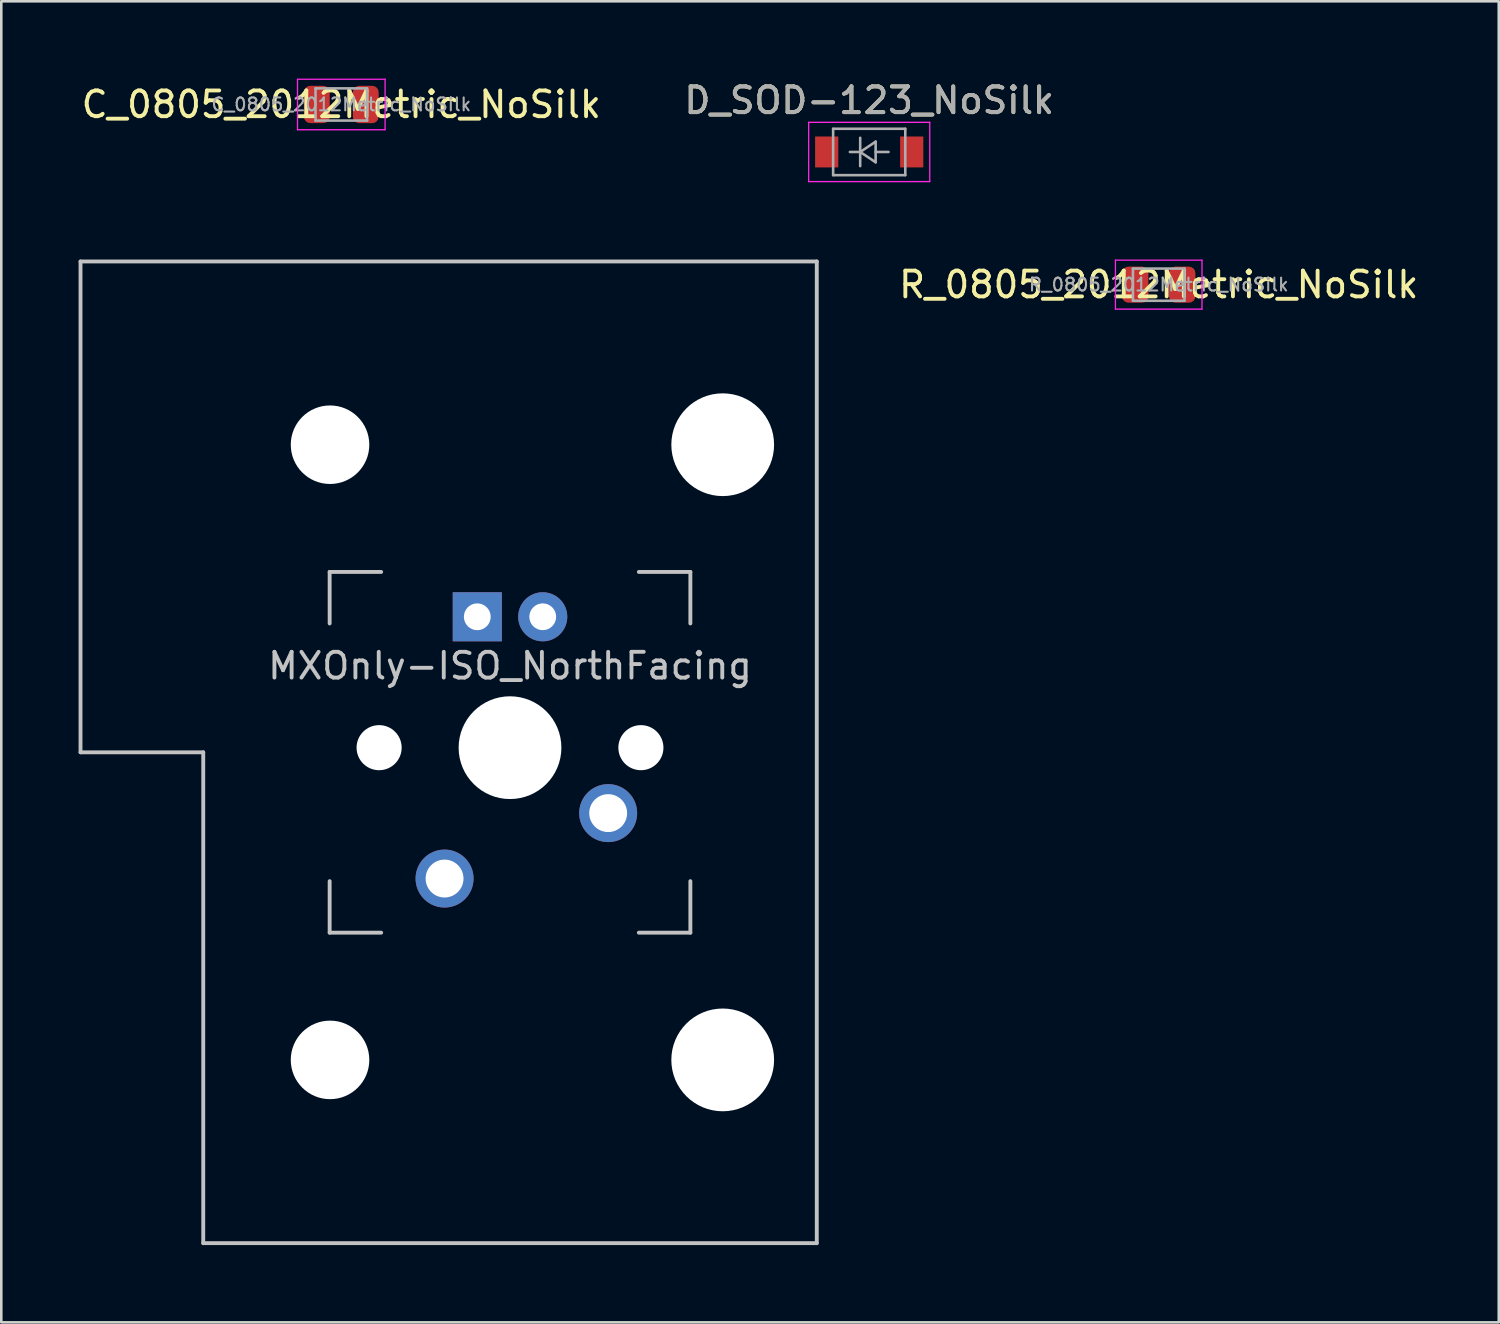
<source format=kicad_pcb>
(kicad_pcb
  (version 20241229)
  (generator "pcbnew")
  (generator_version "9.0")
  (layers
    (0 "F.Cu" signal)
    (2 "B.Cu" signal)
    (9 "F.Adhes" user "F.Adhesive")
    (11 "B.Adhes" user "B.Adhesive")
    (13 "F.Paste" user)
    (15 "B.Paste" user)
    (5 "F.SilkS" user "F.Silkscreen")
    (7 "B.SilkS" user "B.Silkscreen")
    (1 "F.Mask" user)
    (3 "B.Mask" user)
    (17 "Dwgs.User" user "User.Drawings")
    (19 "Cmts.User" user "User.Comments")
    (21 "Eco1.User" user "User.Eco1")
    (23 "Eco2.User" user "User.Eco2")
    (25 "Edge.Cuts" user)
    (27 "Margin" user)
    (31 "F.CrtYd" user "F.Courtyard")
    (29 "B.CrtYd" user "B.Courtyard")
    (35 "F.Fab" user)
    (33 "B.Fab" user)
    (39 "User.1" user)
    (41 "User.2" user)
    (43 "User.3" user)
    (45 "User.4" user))
  (footprint "MXOnly-ISO_NorthFacing"
    (layer "F.Cu")
    (at 16.744 26.148)
    (property "Reference" "MXOnly-ISO_NorthFacing" (at 0 -3.355 180) (layer "Dwgs.User") (effects (font (size 1 1) (thickness 0.15))))
    (attr through_hole)
    (fp_line (start -16.669 -19.05) (end -16.669 0) (stroke (width 0.15) (type solid)) (layer "Dwgs.User"))
    (fp_line (start -16.669 -19.05) (end 11.906 -19.05) (stroke (width 0.15) (type solid)) (layer "Dwgs.User"))
    (fp_line (start -11.906 0) (end -16.669 0) (stroke (width 0.15) (type solid)) (layer "Dwgs.User"))
    (fp_line (start -11.906 19.05) (end -11.906 0) (stroke (width 0.15) (type solid)) (layer "Dwgs.User"))
    (fp_line (start -11.906 19.05) (end 11.906 19.05) (stroke (width 0.15) (type solid)) (layer "Dwgs.User"))
    (fp_line (start -7 -7) (end -7 -5) (stroke (width 0.15) (type solid)) (layer "Dwgs.User"))
    (fp_line (start -7 5) (end -7 7) (stroke (width 0.15) (type solid)) (layer "Dwgs.User"))
    (fp_line (start -7 7) (end -5 7) (stroke (width 0.15) (type solid)) (layer "Dwgs.User"))
    (fp_line (start -5 -7) (end -7 -7) (stroke (width 0.15) (type solid)) (layer "Dwgs.User"))
    (fp_line (start 5 -7) (end 7 -7) (stroke (width 0.15) (type solid)) (layer "Dwgs.User"))
    (fp_line (start 5 7) (end 7 7) (stroke (width 0.15) (type solid)) (layer "Dwgs.User"))
    (fp_line (start 7 -7) (end 7 -5) (stroke (width 0.15) (type solid)) (layer "Dwgs.User"))
    (fp_line (start 7 7) (end 7 5) (stroke (width 0.15) (type solid)) (layer "Dwgs.User"))
    (fp_line (start 11.906 -19.05) (end 11.906 19.05) (stroke (width 0.15) (type solid)) (layer "Dwgs.User"))
    (pad "" np_thru_hole circle (at -6.985 -11.938) (size 3.048 3.048) (drill 3.048) (layers "*.Cu" "*.Mask"))
    (pad "" np_thru_hole circle (at -6.985 11.938) (size 3.048 3.048) (drill 3.048) (layers "*.Cu" "*.Mask"))
    (pad "" np_thru_hole circle (at -5.08 -0.18 228.1) (size 1.75 1.75) (drill 1.75) (layers "*.Cu" "*.Mask"))
    (pad "" np_thru_hole circle (at 0 -0.18 180) (size 3.988 3.988) (drill 3.988) (layers "*.Cu" "*.Mask"))
    (pad "" np_thru_hole circle (at 5.08 -0.18 228.1) (size 1.75 1.75) (drill 1.75) (layers "*.Cu" "*.Mask"))
    (pad "" np_thru_hole circle (at 8.255 -11.938) (size 3.988 3.988) (drill 3.988) (layers "*.Cu" "*.Mask"))
    (pad "" np_thru_hole circle (at 8.255 11.938) (size 3.988 3.988) (drill 3.988) (layers "*.Cu" "*.Mask"))
    (pad "1" thru_hole circle (at 3.81 2.36 180) (size 2.25 2.25) (drill 1.47) (layers "*.Cu" "B.Mask"))
    (pad "2" thru_hole circle (at -2.54 4.9 180) (size 2.25 2.25) (drill 1.47) (layers "*.Cu" "B.Mask"))
    (pad "3" thru_hole circle (at 1.27 -5.26 180) (size 1.905 1.905) (drill 1.04) (layers "*.Cu" "B.Mask"))
    (pad "4" thru_hole rect (at -1.27 -5.26 180) (size 1.905 1.905) (drill 1.04) (layers "*.Cu" "B.Mask")))
  (footprint "C_0805_2012Metric_NoSilk"
    (layer "F.Cu")
    (at 10.196 1.005)
    (property "Reference" "C_0805_2012Metric_NoSilk" (at 0 0 0) (layer "F.SilkS") (effects (font (size 1 1) (thickness 0.15))))
    (attr smd)
    (fp_line (start -0.261 -0.735) (end 0.261 -0.735) (stroke (width 0.12) (type solid)) (layer "Eco1.User"))
    (fp_line (start -0.261 0.735) (end 0.261 0.735) (stroke (width 0.12) (type solid)) (layer "Eco1.User"))
    (fp_line (start -1.7 -0.98) (end 1.7 -0.98) (stroke (width 0.05) (type solid)) (layer "F.CrtYd"))
    (fp_line (start -1.7 0.98) (end -1.7 -0.98) (stroke (width 0.05) (type solid)) (layer "F.CrtYd"))
    (fp_line (start 1.7 -0.98) (end 1.7 0.98) (stroke (width 0.05) (type solid)) (layer "F.CrtYd"))
    (fp_line (start 1.7 0.98) (end -1.7 0.98) (stroke (width 0.05) (type solid)) (layer "F.CrtYd"))
    (fp_line (start -1 -0.625) (end 1 -0.625) (stroke (width 0.1) (type solid)) (layer "F.Fab"))
    (fp_line (start -1 0.625) (end -1 -0.625) (stroke (width 0.1) (type solid)) (layer "F.Fab"))
    (fp_line (start 1 -0.625) (end 1 0.625) (stroke (width 0.1) (type solid)) (layer "F.Fab"))
    (fp_line (start 1 0.625) (end -1 0.625) (stroke (width 0.1) (type solid)) (layer "F.Fab"))
    (fp_text user "${REFERENCE}" (at 0 0 0) (layer "F.Fab") (effects (font (size 0.5 0.5) (thickness 0.08))))
    (pad "1" smd roundrect (at -0.95 0) (size 1 1.45) (layers "F.Cu" "F.Mask" "F.Paste") (roundrect_rratio 0.25))
    (pad "2" smd roundrect (at 0.95 0) (size 1 1.45) (layers "F.Cu" "F.Mask" "F.Paste") (roundrect_rratio 0.25)))
  (footprint "R_0805_2012Metric_NoSilk"
    (layer "F.Cu")
    (at 41.921 7.998)
    (property "Reference" "R_0805_2012Metric_NoSilk" (at 0 0 0) (layer "F.SilkS") (effects (font (size 1 1) (thickness 0.15))))
    (attr smd)
    (fp_line (start -0.227 -0.735) (end 0.227 -0.735) (stroke (width 0.12) (type solid)) (layer "Eco1.User"))
    (fp_line (start -0.227 0.735) (end 0.227 0.735) (stroke (width 0.12) (type solid)) (layer "Eco1.User"))
    (fp_line (start -1.68 -0.95) (end 1.68 -0.95) (stroke (width 0.05) (type solid)) (layer "F.CrtYd"))
    (fp_line (start -1.68 0.95) (end -1.68 -0.95) (stroke (width 0.05) (type solid)) (layer "F.CrtYd"))
    (fp_line (start 1.68 -0.95) (end 1.68 0.95) (stroke (width 0.05) (type solid)) (layer "F.CrtYd"))
    (fp_line (start 1.68 0.95) (end -1.68 0.95) (stroke (width 0.05) (type solid)) (layer "F.CrtYd"))
    (fp_line (start -1 -0.625) (end 1 -0.625) (stroke (width 0.1) (type solid)) (layer "F.Fab"))
    (fp_line (start -1 0.625) (end -1 -0.625) (stroke (width 0.1) (type solid)) (layer "F.Fab"))
    (fp_line (start 1 -0.625) (end 1 0.625) (stroke (width 0.1) (type solid)) (layer "F.Fab"))
    (fp_line (start 1 0.625) (end -1 0.625) (stroke (width 0.1) (type solid)) (layer "F.Fab"))
    (fp_text user "${REFERENCE}" (at 0 0 0) (layer "F.Fab") (effects (font (size 0.5 0.5) (thickness 0.08))))
    (pad "1" smd roundrect (at -0.912 0) (size 1.025 1.4) (layers "F.Cu" "F.Mask" "F.Paste") (roundrect_rratio 0.244))
    (pad "2" smd roundrect (at 0.912 0) (size 1.025 1.4) (layers "F.Cu" "F.Mask" "F.Paste") (roundrect_rratio 0.244)))
  (footprint "D_SOD-123_NoSilk"
    (layer "F.Cu")
    (at 30.685 2.848)
    (property "Reference" "D_SOD-123_NoSilk" (at 0 -2 0) (layer "F.SilkS") (effects (font (size 1 1) (thickness 0.15))))
    (attr smd)
    (fp_line (start -2.25 -1) (end -2.25 1) (stroke (width 0.12) (type solid)) (layer "Eco1.User"))
    (fp_line (start -2.25 -1) (end 1.65 -1) (stroke (width 0.12) (type solid)) (layer "Eco1.User"))
    (fp_line (start -2.25 1) (end 1.65 1) (stroke (width 0.12) (type solid)) (layer "Eco1.User"))
    (fp_line (start -2.35 -1.15) (end -2.35 1.15) (stroke (width 0.05) (type solid)) (layer "F.CrtYd"))
    (fp_line (start -2.35 -1.15) (end 2.35 -1.15) (stroke (width 0.05) (type solid)) (layer "F.CrtYd"))
    (fp_line (start 2.35 -1.15) (end 2.35 1.15) (stroke (width 0.05) (type solid)) (layer "F.CrtYd"))
    (fp_line (start 2.35 1.15) (end -2.35 1.15) (stroke (width 0.05) (type solid)) (layer "F.CrtYd"))
    (fp_line (start -1.4 -0.9) (end 1.4 -0.9) (stroke (width 0.1) (type solid)) (layer "F.Fab"))
    (fp_line (start -1.4 0.9) (end -1.4 -0.9) (stroke (width 0.1) (type solid)) (layer "F.Fab"))
    (fp_line (start -0.75 0) (end -0.35 0) (stroke (width 0.1) (type solid)) (layer "F.Fab"))
    (fp_line (start -0.35 0) (end -0.35 -0.55) (stroke (width 0.1) (type solid)) (layer "F.Fab"))
    (fp_line (start -0.35 0) (end -0.35 0.55) (stroke (width 0.1) (type solid)) (layer "F.Fab"))
    (fp_line (start -0.35 0) (end 0.25 -0.4) (stroke (width 0.1) (type solid)) (layer "F.Fab"))
    (fp_line (start 0.25 -0.4) (end 0.25 0.4) (stroke (width 0.1) (type solid)) (layer "F.Fab"))
    (fp_line (start 0.25 0) (end 0.75 0) (stroke (width 0.1) (type solid)) (layer "F.Fab"))
    (fp_line (start 0.25 0.4) (end -0.35 0) (stroke (width 0.1) (type solid)) (layer "F.Fab"))
    (fp_line (start 1.4 -0.9) (end 1.4 0.9) (stroke (width 0.1) (type solid)) (layer "F.Fab"))
    (fp_line (start 1.4 0.9) (end -1.4 0.9) (stroke (width 0.1) (type solid)) (layer "F.Fab"))
    (fp_text user "${REFERENCE}" (at 0 -2 0) (layer "F.Fab") (effects (font (size 1 1) (thickness 0.15))))
    (pad "1" smd rect (at -1.65 0) (size 0.9 1.2) (layers "F.Cu" "F.Mask" "F.Paste"))
    (pad "2" smd rect (at 1.65 0) (size 0.9 1.2) (layers "F.Cu" "F.Mask" "F.Paste")))
  (gr_rect
    (start -3 -3)
    (end 55.118 48.273)
    (stroke (width 0.1) (type default))
    (fill no)
    (layer "Edge.Cuts")))
</source>
